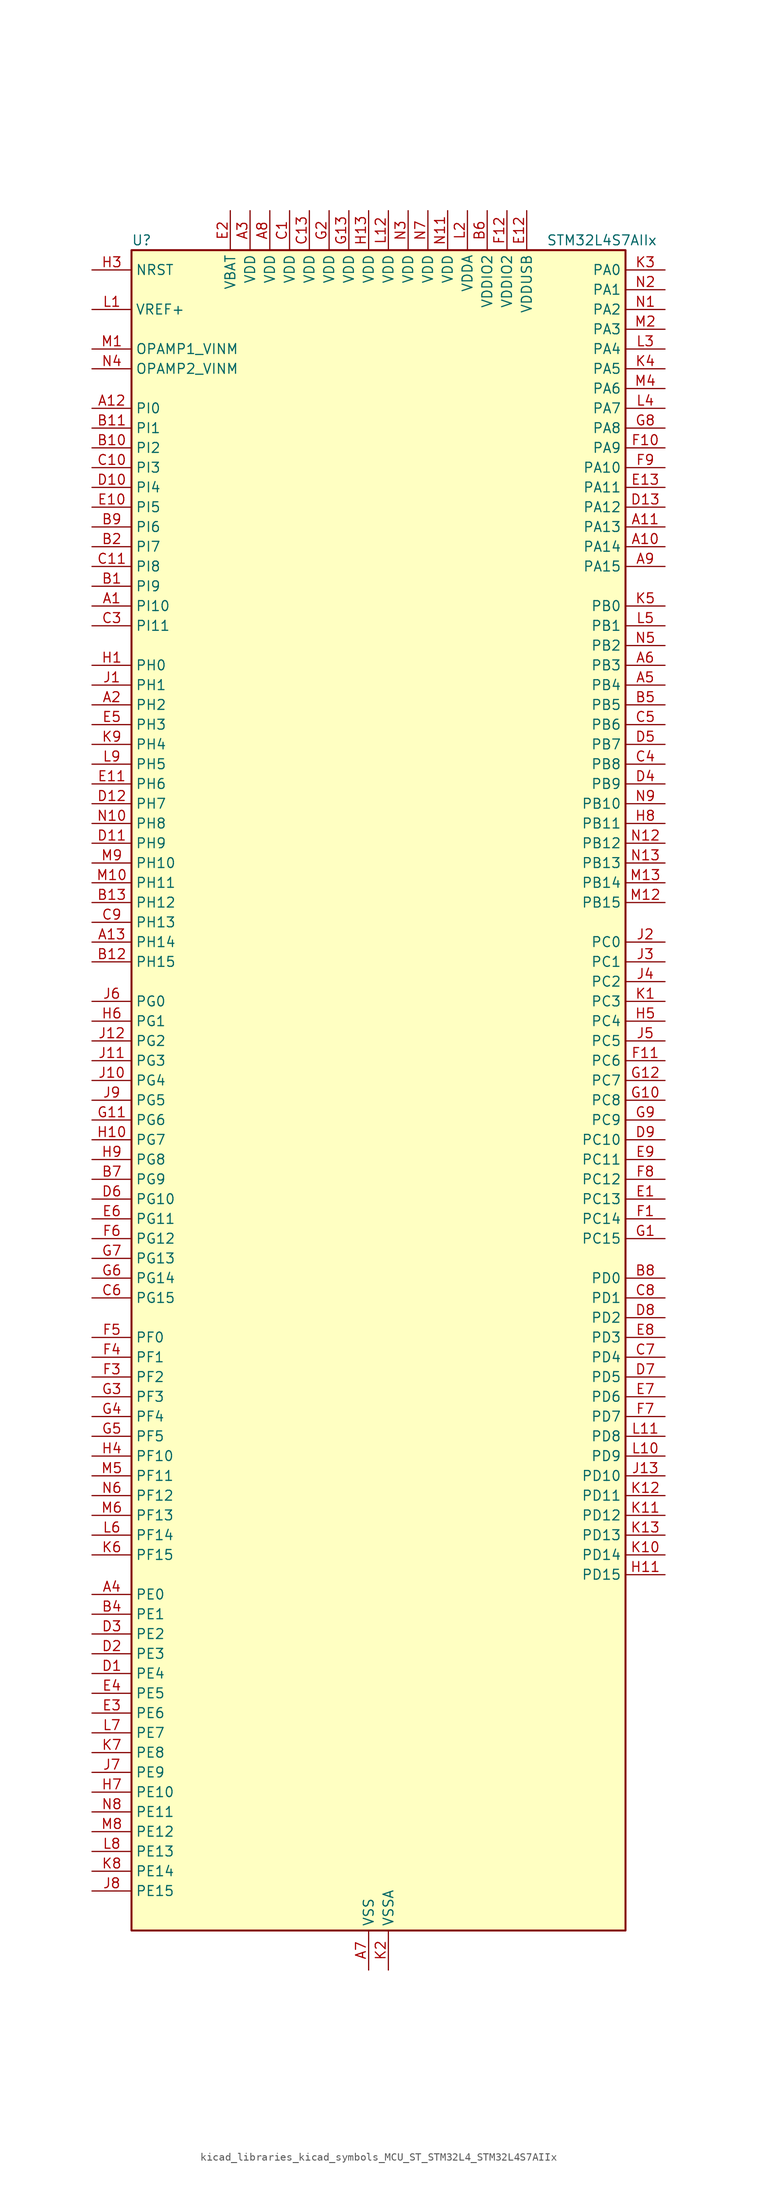
<source format=kicad_sym>
(kicad_symbol_lib
  (version 20220914)
  (generator kicad_symbol_editor)
  (symbol "kicad_libraries_kicad_symbols_MCU_ST_STM32L4_STM32L4S7AIIx"
    (property "Reference" "U"
      (at -30.48 110.49 0)
      (effects (font (size 1.27 1.27)) (justify left)))
    (property "Value" "STM32L4S7AIIx"
      (at 22.86 110.49 0)
      (effects (font (size 1.27 1.27)) (justify left)))
    (property "ki_locked" ""
      (at 0 0 0)
      (effects (font (size 1.27 1.27))))
    (symbol "kicad_libraries_kicad_symbols_MCU_ST_STM32L4_STM32L4S7AIIx_0_1"
      (rectangle (start -30.48 -106.68) (end 33.02 109.22) (stroke (width 0.254) (type default)) (fill (type background))))
    (symbol "kicad_libraries_kicad_symbols_MCU_ST_STM32L4_STM32L4S7AIIx_1_1"
      (pin bidirectional line (at -35.56 63.5 0) (length 5.08) (name "PI10" (effects (font (size 1.27 1.27)))) (number "A1" (effects (font (size 1.27 1.27)))) (alternate "OCTOSPIM_P2_IO1" bidirectional line))
      (pin bidirectional line (at 38.1 71.12 180) (length 5.08) (name "PA14" (effects (font (size 1.27 1.27)))) (number "A10" (effects (font (size 1.27 1.27)))) (alternate "I2C1_SMBA" bidirectional line) (alternate "I2C4_SMBA" bidirectional line) (alternate "LPTIM1_OUT" bidirectional line) (alternate "SAI1_FS_B" bidirectional line) (alternate "SYS_JTCK-SWCLK" bidirectional line) (alternate "USB_OTG_FS_SOF" bidirectional line))
      (pin bidirectional line (at 38.1 73.66 180) (length 5.08) (name "PA13" (effects (font (size 1.27 1.27)))) (number "A11" (effects (font (size 1.27 1.27)))) (alternate "IR_OUT" bidirectional line) (alternate "SAI1_SD_B" bidirectional line) (alternate "SYS_JTMS-SWDIO" bidirectional line) (alternate "USB_OTG_FS_NOE" bidirectional line))
      (pin bidirectional line (at -35.56 88.9 0) (length 5.08) (name "PI0" (effects (font (size 1.27 1.27)))) (number "A12" (effects (font (size 1.27 1.27)))) (alternate "DCMI_D13" bidirectional line) (alternate "OCTOSPIM_P1_IO5" bidirectional line) (alternate "SPI2_NSS" bidirectional line) (alternate "TIM5_CH4" bidirectional line))
      (pin bidirectional line (at -35.56 20.32 0) (length 5.08) (name "PH14" (effects (font (size 1.27 1.27)))) (number "A13" (effects (font (size 1.27 1.27)))) (alternate "DCMI_D4" bidirectional line) (alternate "TIM8_CH2N" bidirectional line))
      (pin bidirectional line (at -35.56 50.8 0) (length 5.08) (name "PH2" (effects (font (size 1.27 1.27)))) (number "A2" (effects (font (size 1.27 1.27)))) (alternate "OCTOSPIM_P1_IO4" bidirectional line))
      (pin power_in line (at -15.24 114.3 270) (length 5.08) (name "VDD" (effects (font (size 1.27 1.27)))) (number "A3" (effects (font (size 1.27 1.27)))))
      (pin bidirectional line (at -35.56 -63.5 0) (length 5.08) (name "PE0" (effects (font (size 1.27 1.27)))) (number "A4" (effects (font (size 1.27 1.27)))) (alternate "DCMI_D2" bidirectional line) (alternate "FMC_NBL0" bidirectional line) (alternate "LTDC_HSYNC" bidirectional line) (alternate "TIM16_CH1" bidirectional line) (alternate "TIM4_ETR" bidirectional line))
      (pin bidirectional line (at 38.1 53.34 180) (length 5.08) (name "PB4" (effects (font (size 1.27 1.27)))) (number "A5" (effects (font (size 1.27 1.27)))) (alternate "COMP2_INP" bidirectional line) (alternate "DCMI_D12" bidirectional line) (alternate "I2C3_SDA" bidirectional line) (alternate "SAI1_MCLK_B" bidirectional line) (alternate "SPI1_MISO" bidirectional line) (alternate "SPI3_MISO" bidirectional line) (alternate "SYS_JTRST" bidirectional line) (alternate "TIM17_BKIN" bidirectional line) (alternate "TIM3_CH1" bidirectional line) (alternate "TSC_G2_IO1" bidirectional line) (alternate "UART5_DE" bidirectional line) (alternate "UART5_RTS" bidirectional line) (alternate "USART1_CTS" bidirectional line) (alternate "USART1_NSS" bidirectional line))
      (pin bidirectional line (at 38.1 55.88 180) (length 5.08) (name "PB3" (effects (font (size 1.27 1.27)))) (number "A6" (effects (font (size 1.27 1.27)))) (alternate "COMP2_INM" bidirectional line) (alternate "CRS_SYNC" bidirectional line) (alternate "SAI1_SCK_B" bidirectional line) (alternate "SPI1_SCK" bidirectional line) (alternate "SPI3_SCK" bidirectional line) (alternate "SYS_JTDO-SWO" bidirectional line) (alternate "TIM2_CH2" bidirectional line) (alternate "USART1_DE" bidirectional line) (alternate "USART1_RTS" bidirectional line))
      (pin power_in line (at 0 -111.76 90) (length 5.08) (name "VSS" (effects (font (size 1.27 1.27)))) (number "A7" (effects (font (size 1.27 1.27)))))
      (pin power_in line (at -12.7 114.3 270) (length 5.08) (name "VDD" (effects (font (size 1.27 1.27)))) (number "A8" (effects (font (size 1.27 1.27)))))
      (pin bidirectional line (at 38.1 68.58 180) (length 5.08) (name "PA15" (effects (font (size 1.27 1.27)))) (number "A9" (effects (font (size 1.27 1.27)))) (alternate "ADC1_EXTI15" bidirectional line) (alternate "SAI2_FS_B" bidirectional line) (alternate "SPI1_NSS" bidirectional line) (alternate "SPI3_NSS" bidirectional line) (alternate "SYS_JTDI" bidirectional line) (alternate "TIM2_CH1" bidirectional line) (alternate "TIM2_ETR" bidirectional line) (alternate "TSC_G3_IO1" bidirectional line) (alternate "UART4_DE" bidirectional line) (alternate "UART4_RTS" bidirectional line) (alternate "USART2_RX" bidirectional line) (alternate "USART3_DE" bidirectional line) (alternate "USART3_RTS" bidirectional line))
      (pin bidirectional line (at -35.56 66.04 0) (length 5.08) (name "PI9" (effects (font (size 1.27 1.27)))) (number "B1" (effects (font (size 1.27 1.27)))) (alternate "CAN1_RX" bidirectional line) (alternate "DAC1_EXTI9" bidirectional line) (alternate "OCTOSPIM_P2_IO2" bidirectional line))
      (pin bidirectional line (at -35.56 83.82 0) (length 5.08) (name "PI2" (effects (font (size 1.27 1.27)))) (number "B10" (effects (font (size 1.27 1.27)))) (alternate "DCMI_D9" bidirectional line) (alternate "SPI2_MISO" bidirectional line) (alternate "TIM8_CH4" bidirectional line))
      (pin bidirectional line (at -35.56 86.36 0) (length 5.08) (name "PI1" (effects (font (size 1.27 1.27)))) (number "B11" (effects (font (size 1.27 1.27)))) (alternate "DCMI_D8" bidirectional line) (alternate "SPI2_SCK" bidirectional line))
      (pin bidirectional line (at -35.56 17.78 0) (length 5.08) (name "PH15" (effects (font (size 1.27 1.27)))) (number "B12" (effects (font (size 1.27 1.27)))) (alternate "ADC1_EXTI15" bidirectional line) (alternate "DCMI_D11" bidirectional line) (alternate "OCTOSPIM_P2_IO6" bidirectional line) (alternate "TIM8_CH3N" bidirectional line))
      (pin bidirectional line (at -35.56 25.4 0) (length 5.08) (name "PH12" (effects (font (size 1.27 1.27)))) (number "B13" (effects (font (size 1.27 1.27)))) (alternate "DCMI_D3" bidirectional line) (alternate "OCTOSPIM_P2_IO7" bidirectional line) (alternate "TIM5_CH3" bidirectional line))
      (pin bidirectional line (at -35.56 71.12 0) (length 5.08) (name "PI7" (effects (font (size 1.27 1.27)))) (number "B2" (effects (font (size 1.27 1.27)))) (alternate "DCMI_D7" bidirectional line) (alternate "TIM8_CH3" bidirectional line))
      (pin passive line (at 0 -111.76 90) (length 5.08) hide (name "VSS" (effects (font (size 1.27 1.27)))) (number "B3" (effects (font (size 1.27 1.27)))))
      (pin bidirectional line (at -35.56 -66.04 0) (length 5.08) (name "PE1" (effects (font (size 1.27 1.27)))) (number "B4" (effects (font (size 1.27 1.27)))) (alternate "DCMI_D3" bidirectional line) (alternate "FMC_NBL1" bidirectional line) (alternate "LTDC_VSYNC" bidirectional line) (alternate "TIM17_CH1" bidirectional line))
      (pin bidirectional line (at 38.1 50.8 180) (length 5.08) (name "PB5" (effects (font (size 1.27 1.27)))) (number "B5" (effects (font (size 1.27 1.27)))) (alternate "COMP2_OUT" bidirectional line) (alternate "DCMI_D10" bidirectional line) (alternate "I2C1_SMBA" bidirectional line) (alternate "LPTIM1_IN1" bidirectional line) (alternate "SAI1_SD_B" bidirectional line) (alternate "SPI1_MOSI" bidirectional line) (alternate "SPI3_MOSI" bidirectional line) (alternate "TIM16_BKIN" bidirectional line) (alternate "TIM3_CH2" bidirectional line) (alternate "TSC_G2_IO2" bidirectional line) (alternate "UART5_CTS" bidirectional line) (alternate "USART1_CK" bidirectional line))
      (pin power_in line (at 15.24 114.3 270) (length 5.08) (name "VDDIO2" (effects (font (size 1.27 1.27)))) (number "B6" (effects (font (size 1.27 1.27)))))
      (pin bidirectional line (at -35.56 -10.16 0) (length 5.08) (name "PG9" (effects (font (size 1.27 1.27)))) (number "B7" (effects (font (size 1.27 1.27)))) (alternate "DAC1_EXTI9" bidirectional line) (alternate "FMC_NCE" bidirectional line) (alternate "FMC_NE2" bidirectional line) (alternate "OCTOSPIM_P2_IO6" bidirectional line) (alternate "SAI2_SCK_A" bidirectional line) (alternate "SPI3_SCK" bidirectional line) (alternate "TIM15_CH1N" bidirectional line) (alternate "USART1_TX" bidirectional line))
      (pin bidirectional line (at 38.1 -22.86 180) (length 5.08) (name "PD0" (effects (font (size 1.27 1.27)))) (number "B8" (effects (font (size 1.27 1.27)))) (alternate "CAN1_RX" bidirectional line) (alternate "DFSDM1_DATIN7" bidirectional line) (alternate "FMC_D2" bidirectional line) (alternate "FMC_DA2" bidirectional line) (alternate "LTDC_B4" bidirectional line) (alternate "SPI2_NSS" bidirectional line))
      (pin bidirectional line (at -35.56 73.66 0) (length 5.08) (name "PI6" (effects (font (size 1.27 1.27)))) (number "B9" (effects (font (size 1.27 1.27)))) (alternate "DCMI_D6" bidirectional line) (alternate "OCTOSPIM_P2_CLK" bidirectional line) (alternate "TIM8_CH2" bidirectional line))
      (pin power_in line (at -10.16 114.3 270) (length 5.08) (name "VDD" (effects (font (size 1.27 1.27)))) (number "C1" (effects (font (size 1.27 1.27)))))
      (pin bidirectional line (at -35.56 81.28 0) (length 5.08) (name "PI3" (effects (font (size 1.27 1.27)))) (number "C10" (effects (font (size 1.27 1.27)))) (alternate "DCMI_D10" bidirectional line) (alternate "SPI2_MOSI" bidirectional line) (alternate "TIM8_ETR" bidirectional line))
      (pin bidirectional line (at -35.56 68.58 0) (length 5.08) (name "PI8" (effects (font (size 1.27 1.27)))) (number "C11" (effects (font (size 1.27 1.27)))) (alternate "DCMI_D12" bidirectional line) (alternate "OCTOSPIM_P2_NCS" bidirectional line))
      (pin passive line (at 0 -111.76 90) (length 5.08) hide (name "VSS" (effects (font (size 1.27 1.27)))) (number "C12" (effects (font (size 1.27 1.27)))))
      (pin power_in line (at -7.62 114.3 270) (length 5.08) (name "VDD" (effects (font (size 1.27 1.27)))) (number "C13" (effects (font (size 1.27 1.27)))))
      (pin passive line (at 0 -111.76 90) (length 5.08) hide (name "VSS" (effects (font (size 1.27 1.27)))) (number "C2" (effects (font (size 1.27 1.27)))))
      (pin bidirectional line (at -35.56 60.96 0) (length 5.08) (name "PI11" (effects (font (size 1.27 1.27)))) (number "C3" (effects (font (size 1.27 1.27)))) (alternate "ADC1_EXTI11" bidirectional line) (alternate "OCTOSPIM_P2_IO0" bidirectional line))
      (pin bidirectional line (at 38.1 43.18 180) (length 5.08) (name "PB8" (effects (font (size 1.27 1.27)))) (number "C4" (effects (font (size 1.27 1.27)))) (alternate "CAN1_RX" bidirectional line) (alternate "DCMI_D6" bidirectional line) (alternate "DFSDM1_CKOUT" bidirectional line) (alternate "DFSDM1_DATIN6" bidirectional line) (alternate "I2C1_SCL" bidirectional line) (alternate "LTDC_B1" bidirectional line) (alternate "SAI1_CK1" bidirectional line) (alternate "SAI1_MCLK_A" bidirectional line) (alternate "SDMMC1_CKIN" bidirectional line) (alternate "SDMMC1_D4" bidirectional line) (alternate "TIM16_CH1" bidirectional line) (alternate "TIM4_CH3" bidirectional line))
      (pin bidirectional line (at 38.1 48.26 180) (length 5.08) (name "PB6" (effects (font (size 1.27 1.27)))) (number "C5" (effects (font (size 1.27 1.27)))) (alternate "COMP2_INP" bidirectional line) (alternate "DCMI_D5" bidirectional line) (alternate "DFSDM1_DATIN5" bidirectional line) (alternate "I2C1_SCL" bidirectional line) (alternate "I2C4_SCL" bidirectional line) (alternate "LPTIM1_ETR" bidirectional line) (alternate "SAI1_FS_B" bidirectional line) (alternate "TIM16_CH1N" bidirectional line) (alternate "TIM4_CH1" bidirectional line) (alternate "TIM8_BKIN2" bidirectional line) (alternate "TSC_G2_IO3" bidirectional line) (alternate "USART1_TX" bidirectional line))
      (pin bidirectional line (at -35.56 -25.4 0) (length 5.08) (name "PG15" (effects (font (size 1.27 1.27)))) (number "C6" (effects (font (size 1.27 1.27)))) (alternate "ADC1_EXTI15" bidirectional line) (alternate "DCMI_D13" bidirectional line) (alternate "I2C1_SMBA" bidirectional line) (alternate "LPTIM1_OUT" bidirectional line) (alternate "OCTOSPIM_P2_DQS" bidirectional line))
      (pin bidirectional line (at 38.1 -33.02 180) (length 5.08) (name "PD4" (effects (font (size 1.27 1.27)))) (number "C7" (effects (font (size 1.27 1.27)))) (alternate "DFSDM1_CKIN0" bidirectional line) (alternate "FMC_NOE" bidirectional line) (alternate "OCTOSPIM_P1_IO4" bidirectional line) (alternate "SPI2_MOSI" bidirectional line) (alternate "USART2_DE" bidirectional line) (alternate "USART2_RTS" bidirectional line))
      (pin bidirectional line (at 38.1 -25.4 180) (length 5.08) (name "PD1" (effects (font (size 1.27 1.27)))) (number "C8" (effects (font (size 1.27 1.27)))) (alternate "CAN1_TX" bidirectional line) (alternate "DFSDM1_CKIN7" bidirectional line) (alternate "FMC_D3" bidirectional line) (alternate "FMC_DA3" bidirectional line) (alternate "LTDC_B5" bidirectional line) (alternate "SPI2_SCK" bidirectional line))
      (pin bidirectional line (at -35.56 22.86 0) (length 5.08) (name "PH13" (effects (font (size 1.27 1.27)))) (number "C9" (effects (font (size 1.27 1.27)))) (alternate "CAN1_TX" bidirectional line) (alternate "TIM8_CH1N" bidirectional line))
      (pin bidirectional line (at -35.56 -73.66 0) (length 5.08) (name "PE4" (effects (font (size 1.27 1.27)))) (number "D1" (effects (font (size 1.27 1.27)))) (alternate "DCMI_D4" bidirectional line) (alternate "DFSDM1_DATIN3" bidirectional line) (alternate "FMC_A20" bidirectional line) (alternate "LTDC_B0" bidirectional line) (alternate "SAI1_D2" bidirectional line) (alternate "SAI1_FS_A" bidirectional line) (alternate "SYS_TRACED1" bidirectional line) (alternate "TIM3_CH2" bidirectional line) (alternate "TSC_G7_IO3" bidirectional line))
      (pin bidirectional line (at -35.56 78.74 0) (length 5.08) (name "PI4" (effects (font (size 1.27 1.27)))) (number "D10" (effects (font (size 1.27 1.27)))) (alternate "DCMI_D5" bidirectional line) (alternate "TIM8_BKIN" bidirectional line))
      (pin bidirectional line (at -35.56 33.02 0) (length 5.08) (name "PH9" (effects (font (size 1.27 1.27)))) (number "D11" (effects (font (size 1.27 1.27)))) (alternate "DAC1_EXTI9" bidirectional line) (alternate "DCMI_D0" bidirectional line) (alternate "I2C3_SMBA" bidirectional line) (alternate "OCTOSPIM_P2_IO4" bidirectional line))
      (pin bidirectional line (at -35.56 38.1 0) (length 5.08) (name "PH7" (effects (font (size 1.27 1.27)))) (number "D12" (effects (font (size 1.27 1.27)))) (alternate "DCMI_D9" bidirectional line) (alternate "I2C3_SCL" bidirectional line))
      (pin bidirectional line (at 38.1 76.2 180) (length 5.08) (name "PA12" (effects (font (size 1.27 1.27)))) (number "D13" (effects (font (size 1.27 1.27)))) (alternate "CAN1_TX" bidirectional line) (alternate "SPI1_MOSI" bidirectional line) (alternate "TIM1_ETR" bidirectional line) (alternate "USART1_DE" bidirectional line) (alternate "USART1_RTS" bidirectional line) (alternate "USB_OTG_FS_DP" bidirectional line))
      (pin bidirectional line (at -35.56 -71.12 0) (length 5.08) (name "PE3" (effects (font (size 1.27 1.27)))) (number "D2" (effects (font (size 1.27 1.27)))) (alternate "FMC_A19" bidirectional line) (alternate "LTDC_R1" bidirectional line) (alternate "OCTOSPIM_P1_DQS" bidirectional line) (alternate "SAI1_SD_B" bidirectional line) (alternate "SYS_TRACED0" bidirectional line) (alternate "TIM3_CH1" bidirectional line) (alternate "TSC_G7_IO2" bidirectional line))
      (pin bidirectional line (at -35.56 -68.58 0) (length 5.08) (name "PE2" (effects (font (size 1.27 1.27)))) (number "D3" (effects (font (size 1.27 1.27)))) (alternate "FMC_A23" bidirectional line) (alternate "LTDC_R0" bidirectional line) (alternate "SAI1_CK1" bidirectional line) (alternate "SAI1_MCLK_A" bidirectional line) (alternate "SYS_TRACECLK" bidirectional line) (alternate "TIM3_ETR" bidirectional line) (alternate "TSC_G7_IO1" bidirectional line))
      (pin bidirectional line (at 38.1 40.64 180) (length 5.08) (name "PB9" (effects (font (size 1.27 1.27)))) (number "D4" (effects (font (size 1.27 1.27)))) (alternate "CAN1_TX" bidirectional line) (alternate "DAC1_EXTI9" bidirectional line) (alternate "DCMI_D7" bidirectional line) (alternate "DFSDM1_CKIN6" bidirectional line) (alternate "I2C1_SDA" bidirectional line) (alternate "IR_OUT" bidirectional line) (alternate "SAI1_D2" bidirectional line) (alternate "SAI1_FS_A" bidirectional line) (alternate "SDMMC1_CDIR" bidirectional line) (alternate "SDMMC1_D5" bidirectional line) (alternate "SPI2_NSS" bidirectional line) (alternate "TIM17_CH1" bidirectional line) (alternate "TIM4_CH4" bidirectional line))
      (pin bidirectional line (at 38.1 45.72 180) (length 5.08) (name "PB7" (effects (font (size 1.27 1.27)))) (number "D5" (effects (font (size 1.27 1.27)))) (alternate "COMP2_INM" bidirectional line) (alternate "DCMI_VSYNC" bidirectional line) (alternate "DFSDM1_CKIN5" bidirectional line) (alternate "FMC_NL" bidirectional line) (alternate "I2C1_SDA" bidirectional line) (alternate "I2C4_SDA" bidirectional line) (alternate "LPTIM1_IN2" bidirectional line) (alternate "SYS_PVD_IN" bidirectional line) (alternate "TIM17_CH1N" bidirectional line) (alternate "TIM4_CH2" bidirectional line) (alternate "TIM8_BKIN" bidirectional line) (alternate "TSC_G2_IO4" bidirectional line) (alternate "UART4_CTS" bidirectional line) (alternate "USART1_RX" bidirectional line))
      (pin bidirectional line (at -35.56 -12.7 0) (length 5.08) (name "PG10" (effects (font (size 1.27 1.27)))) (number "D6" (effects (font (size 1.27 1.27)))) (alternate "FMC_NE3" bidirectional line) (alternate "LPTIM1_IN1" bidirectional line) (alternate "OCTOSPIM_P2_IO7" bidirectional line) (alternate "SAI2_FS_A" bidirectional line) (alternate "SPI3_MISO" bidirectional line) (alternate "TIM15_CH1" bidirectional line) (alternate "USART1_RX" bidirectional line))
      (pin bidirectional line (at 38.1 -35.56 180) (length 5.08) (name "PD5" (effects (font (size 1.27 1.27)))) (number "D7" (effects (font (size 1.27 1.27)))) (alternate "FMC_NWE" bidirectional line) (alternate "OCTOSPIM_P1_IO5" bidirectional line) (alternate "USART2_TX" bidirectional line))
      (pin bidirectional line (at 38.1 -27.94 180) (length 5.08) (name "PD2" (effects (font (size 1.27 1.27)))) (number "D8" (effects (font (size 1.27 1.27)))) (alternate "DCMI_D11" bidirectional line) (alternate "SDMMC1_CMD" bidirectional line) (alternate "SYS_TRACED2" bidirectional line) (alternate "TIM3_ETR" bidirectional line) (alternate "TSC_SYNC" bidirectional line) (alternate "UART5_RX" bidirectional line) (alternate "USART3_DE" bidirectional line) (alternate "USART3_RTS" bidirectional line))
      (pin bidirectional line (at 38.1 -5.08 180) (length 5.08) (name "PC10" (effects (font (size 1.27 1.27)))) (number "D9" (effects (font (size 1.27 1.27)))) (alternate "DCMI_D8" bidirectional line) (alternate "SAI2_SCK_B" bidirectional line) (alternate "SDMMC1_D2" bidirectional line) (alternate "SPI3_SCK" bidirectional line) (alternate "SYS_TRACED1" bidirectional line) (alternate "TSC_G3_IO2" bidirectional line) (alternate "UART4_TX" bidirectional line) (alternate "USART3_TX" bidirectional line))
      (pin bidirectional line (at 38.1 -12.7 180) (length 5.08) (name "PC13" (effects (font (size 1.27 1.27)))) (number "E1" (effects (font (size 1.27 1.27)))) (alternate "RTC_OUT_ALARM" bidirectional line) (alternate "RTC_OUT_CALIB" bidirectional line) (alternate "RTC_TAMP1" bidirectional line) (alternate "RTC_TS" bidirectional line) (alternate "SYS_WKUP2" bidirectional line))
      (pin bidirectional line (at -35.56 76.2 0) (length 5.08) (name "PI5" (effects (font (size 1.27 1.27)))) (number "E10" (effects (font (size 1.27 1.27)))) (alternate "DCMI_VSYNC" bidirectional line) (alternate "OCTOSPIM_P2_NCS" bidirectional line) (alternate "TIM8_CH1" bidirectional line))
      (pin bidirectional line (at -35.56 40.64 0) (length 5.08) (name "PH6" (effects (font (size 1.27 1.27)))) (number "E11" (effects (font (size 1.27 1.27)))) (alternate "DCMI_D8" bidirectional line) (alternate "I2C2_SMBA" bidirectional line) (alternate "OCTOSPIM_P2_CLK" bidirectional line))
      (pin power_in line (at 20.32 114.3 270) (length 5.08) (name "VDDUSB" (effects (font (size 1.27 1.27)))) (number "E12" (effects (font (size 1.27 1.27)))))
      (pin bidirectional line (at 38.1 78.74 180) (length 5.08) (name "PA11" (effects (font (size 1.27 1.27)))) (number "E13" (effects (font (size 1.27 1.27)))) (alternate "ADC1_EXTI11" bidirectional line) (alternate "CAN1_RX" bidirectional line) (alternate "SPI1_MISO" bidirectional line) (alternate "TIM1_BKIN2" bidirectional line) (alternate "TIM1_CH4" bidirectional line) (alternate "USART1_CTS" bidirectional line) (alternate "USART1_NSS" bidirectional line) (alternate "USB_OTG_FS_DM" bidirectional line))
      (pin power_in line (at -17.78 114.3 270) (length 5.08) (name "VBAT" (effects (font (size 1.27 1.27)))) (number "E2" (effects (font (size 1.27 1.27)))))
      (pin bidirectional line (at -35.56 -78.74 0) (length 5.08) (name "PE6" (effects (font (size 1.27 1.27)))) (number "E3" (effects (font (size 1.27 1.27)))) (alternate "DCMI_D7" bidirectional line) (alternate "FMC_A22" bidirectional line) (alternate "LTDC_G1" bidirectional line) (alternate "RTC_TAMP3" bidirectional line) (alternate "SAI1_D1" bidirectional line) (alternate "SAI1_SD_A" bidirectional line) (alternate "SYS_TRACED3" bidirectional line) (alternate "SYS_WKUP3" bidirectional line) (alternate "TIM3_CH4" bidirectional line))
      (pin bidirectional line (at -35.56 -76.2 0) (length 5.08) (name "PE5" (effects (font (size 1.27 1.27)))) (number "E4" (effects (font (size 1.27 1.27)))) (alternate "DCMI_D6" bidirectional line) (alternate "DFSDM1_CKIN3" bidirectional line) (alternate "FMC_A21" bidirectional line) (alternate "LTDC_G0" bidirectional line) (alternate "SAI1_CK2" bidirectional line) (alternate "SAI1_SCK_A" bidirectional line) (alternate "SYS_TRACED2" bidirectional line) (alternate "TIM3_CH3" bidirectional line) (alternate "TSC_G7_IO4" bidirectional line))
      (pin bidirectional line (at -35.56 48.26 0) (length 5.08) (name "PH3" (effects (font (size 1.27 1.27)))) (number "E5" (effects (font (size 1.27 1.27)))))
      (pin bidirectional line (at -35.56 -15.24 0) (length 5.08) (name "PG11" (effects (font (size 1.27 1.27)))) (number "E6" (effects (font (size 1.27 1.27)))) (alternate "ADC1_EXTI11" bidirectional line) (alternate "LPTIM1_IN2" bidirectional line) (alternate "OCTOSPIM_P1_IO5" bidirectional line) (alternate "SAI2_MCLK_A" bidirectional line) (alternate "SPI3_MOSI" bidirectional line) (alternate "TIM15_CH2" bidirectional line) (alternate "USART1_CTS" bidirectional line) (alternate "USART1_NSS" bidirectional line))
      (pin bidirectional line (at 38.1 -38.1 180) (length 5.08) (name "PD6" (effects (font (size 1.27 1.27)))) (number "E7" (effects (font (size 1.27 1.27)))) (alternate "DCMI_D10" bidirectional line) (alternate "DFSDM1_DATIN1" bidirectional line) (alternate "FMC_NWAIT" bidirectional line) (alternate "LTDC_DE" bidirectional line) (alternate "OCTOSPIM_P1_IO6" bidirectional line) (alternate "SAI1_D1" bidirectional line) (alternate "SAI1_SD_A" bidirectional line) (alternate "SPI3_MOSI" bidirectional line) (alternate "USART2_RX" bidirectional line))
      (pin bidirectional line (at 38.1 -30.48 180) (length 5.08) (name "PD3" (effects (font (size 1.27 1.27)))) (number "E8" (effects (font (size 1.27 1.27)))) (alternate "DCMI_D5" bidirectional line) (alternate "DFSDM1_DATIN0" bidirectional line) (alternate "FMC_CLK" bidirectional line) (alternate "LTDC_CLK" bidirectional line) (alternate "OCTOSPIM_P2_NCS" bidirectional line) (alternate "SPI2_MISO" bidirectional line) (alternate "SPI2_SCK" bidirectional line) (alternate "USART2_CTS" bidirectional line) (alternate "USART2_NSS" bidirectional line))
      (pin bidirectional line (at 38.1 -7.62 180) (length 5.08) (name "PC11" (effects (font (size 1.27 1.27)))) (number "E9" (effects (font (size 1.27 1.27)))) (alternate "ADC1_EXTI11" bidirectional line) (alternate "DCMI_D2" bidirectional line) (alternate "DCMI_D4" bidirectional line) (alternate "OCTOSPIM_P1_NCS" bidirectional line) (alternate "SAI2_MCLK_B" bidirectional line) (alternate "SDMMC1_D3" bidirectional line) (alternate "SPI3_MISO" bidirectional line) (alternate "TSC_G3_IO3" bidirectional line) (alternate "UART4_RX" bidirectional line) (alternate "USART3_RX" bidirectional line))
      (pin bidirectional line (at 38.1 -15.24 180) (length 5.08) (name "PC14" (effects (font (size 1.27 1.27)))) (number "F1" (effects (font (size 1.27 1.27)))) (alternate "RCC_OSC32_IN" bidirectional line))
      (pin bidirectional line (at 38.1 83.82 180) (length 5.08) (name "PA9" (effects (font (size 1.27 1.27)))) (number "F10" (effects (font (size 1.27 1.27)))) (alternate "DAC1_EXTI9" bidirectional line) (alternate "DCMI_D0" bidirectional line) (alternate "SAI1_FS_A" bidirectional line) (alternate "SPI2_SCK" bidirectional line) (alternate "TIM15_BKIN" bidirectional line) (alternate "TIM1_CH2" bidirectional line) (alternate "USART1_TX" bidirectional line) (alternate "USB_OTG_FS_VBUS" bidirectional line))
      (pin bidirectional line (at 38.1 5.08 180) (length 5.08) (name "PC6" (effects (font (size 1.27 1.27)))) (number "F11" (effects (font (size 1.27 1.27)))) (alternate "DCMI_D0" bidirectional line) (alternate "DFSDM1_CKIN3" bidirectional line) (alternate "LTDC_R0" bidirectional line) (alternate "SAI2_MCLK_A" bidirectional line) (alternate "SDMMC1_D0DIR" bidirectional line) (alternate "SDMMC1_D6" bidirectional line) (alternate "TIM3_CH1" bidirectional line) (alternate "TIM8_CH1" bidirectional line) (alternate "TSC_G4_IO1" bidirectional line))
      (pin power_in line (at 17.78 114.3 270) (length 5.08) (name "VDDIO2" (effects (font (size 1.27 1.27)))) (number "F12" (effects (font (size 1.27 1.27)))))
      (pin passive line (at 0 -111.76 90) (length 5.08) hide (name "VSS" (effects (font (size 1.27 1.27)))) (number "F13" (effects (font (size 1.27 1.27)))))
      (pin passive line (at 0 -111.76 90) (length 5.08) hide (name "VSS" (effects (font (size 1.27 1.27)))) (number "F2" (effects (font (size 1.27 1.27)))))
      (pin bidirectional line (at -35.56 -35.56 0) (length 5.08) (name "PF2" (effects (font (size 1.27 1.27)))) (number "F3" (effects (font (size 1.27 1.27)))) (alternate "FMC_A2" bidirectional line) (alternate "I2C2_SMBA" bidirectional line) (alternate "OCTOSPIM_P2_IO2" bidirectional line))
      (pin bidirectional line (at -35.56 -33.02 0) (length 5.08) (name "PF1" (effects (font (size 1.27 1.27)))) (number "F4" (effects (font (size 1.27 1.27)))) (alternate "FMC_A1" bidirectional line) (alternate "I2C2_SCL" bidirectional line) (alternate "OCTOSPIM_P2_IO1" bidirectional line))
      (pin bidirectional line (at -35.56 -30.48 0) (length 5.08) (name "PF0" (effects (font (size 1.27 1.27)))) (number "F5" (effects (font (size 1.27 1.27)))) (alternate "FMC_A0" bidirectional line) (alternate "I2C2_SDA" bidirectional line) (alternate "OCTOSPIM_P2_IO0" bidirectional line))
      (pin bidirectional line (at -35.56 -17.78 0) (length 5.08) (name "PG12" (effects (font (size 1.27 1.27)))) (number "F6" (effects (font (size 1.27 1.27)))) (alternate "FMC_NE4" bidirectional line) (alternate "LPTIM1_ETR" bidirectional line) (alternate "OCTOSPIM_P2_NCS" bidirectional line) (alternate "SAI2_SD_A" bidirectional line) (alternate "SPI3_NSS" bidirectional line) (alternate "USART1_DE" bidirectional line) (alternate "USART1_RTS" bidirectional line))
      (pin bidirectional line (at 38.1 -40.64 180) (length 5.08) (name "PD7" (effects (font (size 1.27 1.27)))) (number "F7" (effects (font (size 1.27 1.27)))) (alternate "DFSDM1_CKIN1" bidirectional line) (alternate "FMC_NCE" bidirectional line) (alternate "FMC_NE1" bidirectional line) (alternate "OCTOSPIM_P1_IO7" bidirectional line) (alternate "USART2_CK" bidirectional line))
      (pin bidirectional line (at 38.1 -10.16 180) (length 5.08) (name "PC12" (effects (font (size 1.27 1.27)))) (number "F8" (effects (font (size 1.27 1.27)))) (alternate "DCMI_D9" bidirectional line) (alternate "SAI2_SD_B" bidirectional line) (alternate "SDMMC1_CK" bidirectional line) (alternate "SPI3_MOSI" bidirectional line) (alternate "SYS_TRACED3" bidirectional line) (alternate "TSC_G3_IO4" bidirectional line) (alternate "UART5_TX" bidirectional line) (alternate "USART3_CK" bidirectional line))
      (pin bidirectional line (at 38.1 81.28 180) (length 5.08) (name "PA10" (effects (font (size 1.27 1.27)))) (number "F9" (effects (font (size 1.27 1.27)))) (alternate "DCMI_D1" bidirectional line) (alternate "SAI1_D1" bidirectional line) (alternate "SAI1_SD_A" bidirectional line) (alternate "TIM17_BKIN" bidirectional line) (alternate "TIM1_CH3" bidirectional line) (alternate "USART1_RX" bidirectional line) (alternate "USB_OTG_FS_ID" bidirectional line))
      (pin bidirectional line (at 38.1 -17.78 180) (length 5.08) (name "PC15" (effects (font (size 1.27 1.27)))) (number "G1" (effects (font (size 1.27 1.27)))) (alternate "ADC1_EXTI15" bidirectional line) (alternate "RCC_OSC32_OUT" bidirectional line))
      (pin bidirectional line (at 38.1 0 180) (length 5.08) (name "PC8" (effects (font (size 1.27 1.27)))) (number "G10" (effects (font (size 1.27 1.27)))) (alternate "DCMI_D2" bidirectional line) (alternate "SDMMC1_D0" bidirectional line) (alternate "TIM3_CH3" bidirectional line) (alternate "TIM8_CH3" bidirectional line) (alternate "TSC_G4_IO3" bidirectional line))
      (pin bidirectional line (at -35.56 -2.54 0) (length 5.08) (name "PG6" (effects (font (size 1.27 1.27)))) (number "G11" (effects (font (size 1.27 1.27)))) (alternate "I2C3_SMBA" bidirectional line) (alternate "LPUART1_DE" bidirectional line) (alternate "LPUART1_RTS" bidirectional line) (alternate "LTDC_R1" bidirectional line) (alternate "OCTOSPIM_P1_DQS" bidirectional line))
      (pin bidirectional line (at 38.1 2.54 180) (length 5.08) (name "PC7" (effects (font (size 1.27 1.27)))) (number "G12" (effects (font (size 1.27 1.27)))) (alternate "DCMI_D1" bidirectional line) (alternate "DFSDM1_DATIN3" bidirectional line) (alternate "LTDC_R1" bidirectional line) (alternate "SAI2_MCLK_B" bidirectional line) (alternate "SDMMC1_D123DIR" bidirectional line) (alternate "SDMMC1_D7" bidirectional line) (alternate "TIM3_CH2" bidirectional line) (alternate "TIM8_CH2" bidirectional line) (alternate "TSC_G4_IO2" bidirectional line))
      (pin power_in line (at -2.54 114.3 270) (length 5.08) (name "VDD" (effects (font (size 1.27 1.27)))) (number "G13" (effects (font (size 1.27 1.27)))))
      (pin power_in line (at -5.08 114.3 270) (length 5.08) (name "VDD" (effects (font (size 1.27 1.27)))) (number "G2" (effects (font (size 1.27 1.27)))))
      (pin bidirectional line (at -35.56 -38.1 0) (length 5.08) (name "PF3" (effects (font (size 1.27 1.27)))) (number "G3" (effects (font (size 1.27 1.27)))) (alternate "FMC_A3" bidirectional line) (alternate "OCTOSPIM_P2_IO3" bidirectional line))
      (pin bidirectional line (at -35.56 -40.64 0) (length 5.08) (name "PF4" (effects (font (size 1.27 1.27)))) (number "G4" (effects (font (size 1.27 1.27)))) (alternate "FMC_A4" bidirectional line) (alternate "OCTOSPIM_P2_CLK" bidirectional line))
      (pin bidirectional line (at -35.56 -43.18 0) (length 5.08) (name "PF5" (effects (font (size 1.27 1.27)))) (number "G5" (effects (font (size 1.27 1.27)))) (alternate "FMC_A5" bidirectional line))
      (pin bidirectional line (at -35.56 -22.86 0) (length 5.08) (name "PG14" (effects (font (size 1.27 1.27)))) (number "G6" (effects (font (size 1.27 1.27)))) (alternate "FMC_A25" bidirectional line) (alternate "I2C1_SCL" bidirectional line) (alternate "LTDC_R1" bidirectional line))
      (pin bidirectional line (at -35.56 -20.32 0) (length 5.08) (name "PG13" (effects (font (size 1.27 1.27)))) (number "G7" (effects (font (size 1.27 1.27)))) (alternate "FMC_A24" bidirectional line) (alternate "I2C1_SDA" bidirectional line) (alternate "LTDC_R0" bidirectional line) (alternate "USART1_CK" bidirectional line))
      (pin bidirectional line (at 38.1 86.36 180) (length 5.08) (name "PA8" (effects (font (size 1.27 1.27)))) (number "G8" (effects (font (size 1.27 1.27)))) (alternate "LPTIM2_OUT" bidirectional line) (alternate "RCC_MCO" bidirectional line) (alternate "SAI1_CK2" bidirectional line) (alternate "SAI1_SCK_A" bidirectional line) (alternate "TIM1_CH1" bidirectional line) (alternate "USART1_CK" bidirectional line) (alternate "USB_OTG_FS_SOF" bidirectional line))
      (pin bidirectional line (at 38.1 -2.54 180) (length 5.08) (name "PC9" (effects (font (size 1.27 1.27)))) (number "G9" (effects (font (size 1.27 1.27)))) (alternate "DAC1_EXTI9" bidirectional line) (alternate "DCMI_D3" bidirectional line) (alternate "I2C3_SDA" bidirectional line) (alternate "SAI2_EXTCLK" bidirectional line) (alternate "SDMMC1_D1" bidirectional line) (alternate "SYS_TRACED0" bidirectional line) (alternate "TIM3_CH4" bidirectional line) (alternate "TIM8_BKIN2" bidirectional line) (alternate "TIM8_CH4" bidirectional line) (alternate "TSC_G4_IO4" bidirectional line) (alternate "USB_OTG_FS_NOE" bidirectional line))
      (pin bidirectional line (at -35.56 55.88 0) (length 5.08) (name "PH0" (effects (font (size 1.27 1.27)))) (number "H1" (effects (font (size 1.27 1.27)))) (alternate "RCC_OSC_IN" bidirectional line))
      (pin bidirectional line (at -35.56 -5.08 0) (length 5.08) (name "PG7" (effects (font (size 1.27 1.27)))) (number "H10" (effects (font (size 1.27 1.27)))) (alternate "DFSDM1_CKOUT" bidirectional line) (alternate "FMC_INT" bidirectional line) (alternate "I2C3_SCL" bidirectional line) (alternate "LPUART1_TX" bidirectional line) (alternate "OCTOSPIM_P2_DQS" bidirectional line) (alternate "SAI1_CK1" bidirectional line) (alternate "SAI1_MCLK_A" bidirectional line))
      (pin bidirectional line (at 38.1 -60.96 180) (length 5.08) (name "PD15" (effects (font (size 1.27 1.27)))) (number "H11" (effects (font (size 1.27 1.27)))) (alternate "ADC1_EXTI15" bidirectional line) (alternate "FMC_D1" bidirectional line) (alternate "FMC_DA1" bidirectional line) (alternate "LTDC_B3" bidirectional line) (alternate "TIM4_CH4" bidirectional line))
      (pin passive line (at 0 -111.76 90) (length 5.08) hide (name "VSS" (effects (font (size 1.27 1.27)))) (number "H12" (effects (font (size 1.27 1.27)))))
      (pin power_in line (at 0 114.3 270) (length 5.08) (name "VDD" (effects (font (size 1.27 1.27)))) (number "H13" (effects (font (size 1.27 1.27)))))
      (pin passive line (at 0 -111.76 90) (length 5.08) hide (name "VSS" (effects (font (size 1.27 1.27)))) (number "H2" (effects (font (size 1.27 1.27)))))
      (pin input line (at -35.56 106.68 0) (length 5.08) (name "NRST" (effects (font (size 1.27 1.27)))) (number "H3" (effects (font (size 1.27 1.27)))))
      (pin bidirectional line (at -35.56 -45.72 0) (length 5.08) (name "PF10" (effects (font (size 1.27 1.27)))) (number "H4" (effects (font (size 1.27 1.27)))) (alternate "DCMI_D11" bidirectional line) (alternate "DFSDM1_CKOUT" bidirectional line) (alternate "OCTOSPIM_P1_CLK" bidirectional line) (alternate "SAI1_D3" bidirectional line) (alternate "TIM15_CH2" bidirectional line))
      (pin bidirectional line (at 38.1 10.16 180) (length 5.08) (name "PC4" (effects (font (size 1.27 1.27)))) (number "H5" (effects (font (size 1.27 1.27)))) (alternate "ADC1_IN13" bidirectional line) (alternate "COMP1_INM" bidirectional line) (alternate "OCTOSPIM_P1_IO7" bidirectional line) (alternate "USART3_TX" bidirectional line))
      (pin bidirectional line (at -35.56 10.16 0) (length 5.08) (name "PG1" (effects (font (size 1.27 1.27)))) (number "H6" (effects (font (size 1.27 1.27)))) (alternate "FMC_A11" bidirectional line) (alternate "OCTOSPIM_P2_IO5" bidirectional line) (alternate "TSC_G8_IO4" bidirectional line))
      (pin bidirectional line (at -35.56 -88.9 0) (length 5.08) (name "PE10" (effects (font (size 1.27 1.27)))) (number "H7" (effects (font (size 1.27 1.27)))) (alternate "DFSDM1_DATIN4" bidirectional line) (alternate "FMC_D7" bidirectional line) (alternate "FMC_DA7" bidirectional line) (alternate "LTDC_G3" bidirectional line) (alternate "OCTOSPIM_P1_CLK" bidirectional line) (alternate "SAI1_MCLK_B" bidirectional line) (alternate "TIM1_CH2N" bidirectional line) (alternate "TSC_G5_IO1" bidirectional line))
      (pin bidirectional line (at 38.1 35.56 180) (length 5.08) (name "PB11" (effects (font (size 1.27 1.27)))) (number "H8" (effects (font (size 1.27 1.27)))) (alternate "ADC1_EXTI11" bidirectional line) (alternate "COMP2_OUT" bidirectional line) (alternate "DFSDM1_CKIN7" bidirectional line) (alternate "I2C2_SDA" bidirectional line) (alternate "I2C4_SDA" bidirectional line) (alternate "LPUART1_TX" bidirectional line) (alternate "OCTOSPIM_P1_NCS" bidirectional line) (alternate "TIM2_CH4" bidirectional line) (alternate "USART3_RX" bidirectional line))
      (pin bidirectional line (at -35.56 -7.62 0) (length 5.08) (name "PG8" (effects (font (size 1.27 1.27)))) (number "H9" (effects (font (size 1.27 1.27)))) (alternate "I2C3_SDA" bidirectional line) (alternate "LPUART1_RX" bidirectional line))
      (pin bidirectional line (at -35.56 53.34 0) (length 5.08) (name "PH1" (effects (font (size 1.27 1.27)))) (number "J1" (effects (font (size 1.27 1.27)))) (alternate "RCC_OSC_OUT" bidirectional line))
      (pin bidirectional line (at -35.56 2.54 0) (length 5.08) (name "PG4" (effects (font (size 1.27 1.27)))) (number "J10" (effects (font (size 1.27 1.27)))) (alternate "FMC_A14" bidirectional line) (alternate "SAI2_MCLK_B" bidirectional line) (alternate "SPI1_MOSI" bidirectional line))
      (pin bidirectional line (at -35.56 5.08 0) (length 5.08) (name "PG3" (effects (font (size 1.27 1.27)))) (number "J11" (effects (font (size 1.27 1.27)))) (alternate "FMC_A13" bidirectional line) (alternate "SAI2_FS_B" bidirectional line) (alternate "SPI1_MISO" bidirectional line))
      (pin bidirectional line (at -35.56 7.62 0) (length 5.08) (name "PG2" (effects (font (size 1.27 1.27)))) (number "J12" (effects (font (size 1.27 1.27)))) (alternate "FMC_A12" bidirectional line) (alternate "SAI2_SCK_B" bidirectional line) (alternate "SPI1_SCK" bidirectional line))
      (pin bidirectional line (at 38.1 -48.26 180) (length 5.08) (name "PD10" (effects (font (size 1.27 1.27)))) (number "J13" (effects (font (size 1.27 1.27)))) (alternate "FMC_D15" bidirectional line) (alternate "FMC_DA15" bidirectional line) (alternate "LTDC_R5" bidirectional line) (alternate "SAI2_SCK_A" bidirectional line) (alternate "TSC_G6_IO1" bidirectional line) (alternate "USART3_CK" bidirectional line))
      (pin bidirectional line (at 38.1 20.32 180) (length 5.08) (name "PC0" (effects (font (size 1.27 1.27)))) (number "J2" (effects (font (size 1.27 1.27)))) (alternate "ADC1_IN1" bidirectional line) (alternate "DFSDM1_DATIN4" bidirectional line) (alternate "I2C3_SCL" bidirectional line) (alternate "LPTIM1_IN1" bidirectional line) (alternate "LPTIM2_IN1" bidirectional line) (alternate "LPUART1_RX" bidirectional line) (alternate "SAI2_FS_A" bidirectional line))
      (pin bidirectional line (at 38.1 17.78 180) (length 5.08) (name "PC1" (effects (font (size 1.27 1.27)))) (number "J3" (effects (font (size 1.27 1.27)))) (alternate "ADC1_IN2" bidirectional line) (alternate "DFSDM1_CKIN4" bidirectional line) (alternate "I2C3_SDA" bidirectional line) (alternate "LPTIM1_OUT" bidirectional line) (alternate "LPUART1_TX" bidirectional line) (alternate "OCTOSPIM_P1_IO4" bidirectional line) (alternate "SAI1_SD_A" bidirectional line) (alternate "SPI2_MOSI" bidirectional line) (alternate "SYS_TRACED0" bidirectional line))
      (pin bidirectional line (at 38.1 15.24 180) (length 5.08) (name "PC2" (effects (font (size 1.27 1.27)))) (number "J4" (effects (font (size 1.27 1.27)))) (alternate "ADC1_IN3" bidirectional line) (alternate "DFSDM1_CKOUT" bidirectional line) (alternate "LPTIM1_IN2" bidirectional line) (alternate "OCTOSPIM_P1_IO5" bidirectional line) (alternate "SPI2_MISO" bidirectional line))
      (pin bidirectional line (at 38.1 7.62 180) (length 5.08) (name "PC5" (effects (font (size 1.27 1.27)))) (number "J5" (effects (font (size 1.27 1.27)))) (alternate "ADC1_IN14" bidirectional line) (alternate "COMP1_INP" bidirectional line) (alternate "SAI1_D3" bidirectional line) (alternate "SYS_WKUP5" bidirectional line) (alternate "USART3_RX" bidirectional line))
      (pin bidirectional line (at -35.56 12.7 0) (length 5.08) (name "PG0" (effects (font (size 1.27 1.27)))) (number "J6" (effects (font (size 1.27 1.27)))) (alternate "FMC_A10" bidirectional line) (alternate "OCTOSPIM_P2_IO4" bidirectional line) (alternate "TSC_G8_IO3" bidirectional line))
      (pin bidirectional line (at -35.56 -86.36 0) (length 5.08) (name "PE9" (effects (font (size 1.27 1.27)))) (number "J7" (effects (font (size 1.27 1.27)))) (alternate "DAC1_EXTI9" bidirectional line) (alternate "DFSDM1_CKOUT" bidirectional line) (alternate "FMC_D6" bidirectional line) (alternate "FMC_DA6" bidirectional line) (alternate "LTDC_G2" bidirectional line) (alternate "SAI1_FS_B" bidirectional line) (alternate "TIM1_CH1" bidirectional line))
      (pin bidirectional line (at -35.56 -101.6 0) (length 5.08) (name "PE15" (effects (font (size 1.27 1.27)))) (number "J8" (effects (font (size 1.27 1.27)))) (alternate "ADC1_EXTI15" bidirectional line) (alternate "FMC_D12" bidirectional line) (alternate "FMC_DA12" bidirectional line) (alternate "LTDC_R2" bidirectional line) (alternate "OCTOSPIM_P1_IO3" bidirectional line) (alternate "SPI1_MOSI" bidirectional line) (alternate "TIM1_BKIN" bidirectional line))
      (pin bidirectional line (at -35.56 0 0) (length 5.08) (name "PG5" (effects (font (size 1.27 1.27)))) (number "J9" (effects (font (size 1.27 1.27)))) (alternate "FMC_A15" bidirectional line) (alternate "LPUART1_CTS" bidirectional line) (alternate "SAI2_SD_B" bidirectional line) (alternate "SPI1_NSS" bidirectional line))
      (pin bidirectional line (at 38.1 12.7 180) (length 5.08) (name "PC3" (effects (font (size 1.27 1.27)))) (number "K1" (effects (font (size 1.27 1.27)))) (alternate "ADC1_IN4" bidirectional line) (alternate "LPTIM1_ETR" bidirectional line) (alternate "LPTIM2_ETR" bidirectional line) (alternate "OCTOSPIM_P1_IO6" bidirectional line) (alternate "SAI1_D1" bidirectional line) (alternate "SAI1_SD_A" bidirectional line) (alternate "SPI2_MOSI" bidirectional line))
      (pin bidirectional line (at 38.1 -58.42 180) (length 5.08) (name "PD14" (effects (font (size 1.27 1.27)))) (number "K10" (effects (font (size 1.27 1.27)))) (alternate "FMC_D0" bidirectional line) (alternate "FMC_DA0" bidirectional line) (alternate "LTDC_B2" bidirectional line) (alternate "TIM4_CH3" bidirectional line))
      (pin bidirectional line (at 38.1 -53.34 180) (length 5.08) (name "PD12" (effects (font (size 1.27 1.27)))) (number "K11" (effects (font (size 1.27 1.27)))) (alternate "FMC_A17" bidirectional line) (alternate "FMC_ALE" bidirectional line) (alternate "I2C4_SCL" bidirectional line) (alternate "LPTIM2_IN1" bidirectional line) (alternate "LTDC_R7" bidirectional line) (alternate "SAI2_FS_A" bidirectional line) (alternate "TIM4_CH1" bidirectional line) (alternate "TSC_G6_IO3" bidirectional line) (alternate "USART3_DE" bidirectional line) (alternate "USART3_RTS" bidirectional line))
      (pin bidirectional line (at 38.1 -50.8 180) (length 5.08) (name "PD11" (effects (font (size 1.27 1.27)))) (number "K12" (effects (font (size 1.27 1.27)))) (alternate "ADC1_EXTI11" bidirectional line) (alternate "FMC_A16" bidirectional line) (alternate "FMC_CLE" bidirectional line) (alternate "I2C4_SMBA" bidirectional line) (alternate "LPTIM2_ETR" bidirectional line) (alternate "LTDC_R6" bidirectional line) (alternate "SAI2_SD_A" bidirectional line) (alternate "TSC_G6_IO2" bidirectional line) (alternate "USART3_CTS" bidirectional line) (alternate "USART3_NSS" bidirectional line))
      (pin bidirectional line (at 38.1 -55.88 180) (length 5.08) (name "PD13" (effects (font (size 1.27 1.27)))) (number "K13" (effects (font (size 1.27 1.27)))) (alternate "FMC_A18" bidirectional line) (alternate "I2C4_SDA" bidirectional line) (alternate "LPTIM2_OUT" bidirectional line) (alternate "TIM4_CH2" bidirectional line) (alternate "TSC_G6_IO4" bidirectional line))
      (pin power_in line (at 2.54 -111.76 90) (length 5.08) (name "VSSA" (effects (font (size 1.27 1.27)))) (number "K2" (effects (font (size 1.27 1.27)))))
      (pin bidirectional line (at 38.1 106.68 180) (length 5.08) (name "PA0" (effects (font (size 1.27 1.27)))) (number "K3" (effects (font (size 1.27 1.27)))) (alternate "ADC1_IN5" bidirectional line) (alternate "OPAMP1_VINP" bidirectional line) (alternate "RTC_TAMP2" bidirectional line) (alternate "SAI1_EXTCLK" bidirectional line) (alternate "SYS_WKUP1" bidirectional line) (alternate "TIM2_CH1" bidirectional line) (alternate "TIM2_ETR" bidirectional line) (alternate "TIM5_CH1" bidirectional line) (alternate "TIM8_ETR" bidirectional line) (alternate "UART4_TX" bidirectional line) (alternate "USART2_CTS" bidirectional line) (alternate "USART2_NSS" bidirectional line))
      (pin bidirectional line (at 38.1 93.98 180) (length 5.08) (name "PA5" (effects (font (size 1.27 1.27)))) (number "K4" (effects (font (size 1.27 1.27)))) (alternate "ADC1_IN10" bidirectional line) (alternate "DAC1_OUT2" bidirectional line) (alternate "LPTIM2_ETR" bidirectional line) (alternate "SPI1_SCK" bidirectional line) (alternate "TIM2_CH1" bidirectional line) (alternate "TIM2_ETR" bidirectional line) (alternate "TIM8_CH1N" bidirectional line))
      (pin bidirectional line (at 38.1 63.5 180) (length 5.08) (name "PB0" (effects (font (size 1.27 1.27)))) (number "K5" (effects (font (size 1.27 1.27)))) (alternate "ADC1_IN15" bidirectional line) (alternate "COMP1_OUT" bidirectional line) (alternate "OCTOSPIM_P1_IO1" bidirectional line) (alternate "OPAMP2_VOUT" bidirectional line) (alternate "SAI1_EXTCLK" bidirectional line) (alternate "SPI1_NSS" bidirectional line) (alternate "TIM1_CH2N" bidirectional line) (alternate "TIM3_CH3" bidirectional line) (alternate "TIM8_CH2N" bidirectional line) (alternate "USART3_CK" bidirectional line))
      (pin bidirectional line (at -35.56 -58.42 0) (length 5.08) (name "PF15" (effects (font (size 1.27 1.27)))) (number "K6" (effects (font (size 1.27 1.27)))) (alternate "ADC1_EXTI15" bidirectional line) (alternate "FMC_A9" bidirectional line) (alternate "I2C4_SDA" bidirectional line) (alternate "LTDC_G1" bidirectional line) (alternate "TSC_G8_IO2" bidirectional line))
      (pin bidirectional line (at -35.56 -83.82 0) (length 5.08) (name "PE8" (effects (font (size 1.27 1.27)))) (number "K7" (effects (font (size 1.27 1.27)))) (alternate "DFSDM1_CKIN2" bidirectional line) (alternate "FMC_D5" bidirectional line) (alternate "FMC_DA5" bidirectional line) (alternate "LTDC_B7" bidirectional line) (alternate "SAI1_SCK_B" bidirectional line) (alternate "TIM1_CH1N" bidirectional line))
      (pin bidirectional line (at -35.56 -99.06 0) (length 5.08) (name "PE14" (effects (font (size 1.27 1.27)))) (number "K8" (effects (font (size 1.27 1.27)))) (alternate "FMC_D11" bidirectional line) (alternate "FMC_DA11" bidirectional line) (alternate "LTDC_G7" bidirectional line) (alternate "OCTOSPIM_P1_IO2" bidirectional line) (alternate "SPI1_MISO" bidirectional line) (alternate "TIM1_BKIN2" bidirectional line) (alternate "TIM1_CH4" bidirectional line))
      (pin bidirectional line (at -35.56 45.72 0) (length 5.08) (name "PH4" (effects (font (size 1.27 1.27)))) (number "K9" (effects (font (size 1.27 1.27)))) (alternate "I2C2_SCL" bidirectional line) (alternate "OCTOSPIM_P2_DQS" bidirectional line))
      (pin input line (at -35.56 101.6 0) (length 5.08) (name "VREF+" (effects (font (size 1.27 1.27)))) (number "L1" (effects (font (size 1.27 1.27)))) (alternate "VREFBUF_OUT" bidirectional line))
      (pin bidirectional line (at 38.1 -45.72 180) (length 5.08) (name "PD9" (effects (font (size 1.27 1.27)))) (number "L10" (effects (font (size 1.27 1.27)))) (alternate "DAC1_EXTI9" bidirectional line) (alternate "DCMI_PIXCLK" bidirectional line) (alternate "FMC_D14" bidirectional line) (alternate "FMC_DA14" bidirectional line) (alternate "LTDC_R4" bidirectional line) (alternate "SAI2_MCLK_A" bidirectional line) (alternate "USART3_RX" bidirectional line))
      (pin bidirectional line (at 38.1 -43.18 180) (length 5.08) (name "PD8" (effects (font (size 1.27 1.27)))) (number "L11" (effects (font (size 1.27 1.27)))) (alternate "DCMI_HSYNC" bidirectional line) (alternate "FMC_D13" bidirectional line) (alternate "FMC_DA13" bidirectional line) (alternate "LTDC_R3" bidirectional line) (alternate "USART3_TX" bidirectional line))
      (pin power_in line (at 2.54 114.3 270) (length 5.08) (name "VDD" (effects (font (size 1.27 1.27)))) (number "L12" (effects (font (size 1.27 1.27)))))
      (pin passive line (at 0 -111.76 90) (length 5.08) hide (name "VSS" (effects (font (size 1.27 1.27)))) (number "L13" (effects (font (size 1.27 1.27)))))
      (pin power_in line (at 12.7 114.3 270) (length 5.08) (name "VDDA" (effects (font (size 1.27 1.27)))) (number "L2" (effects (font (size 1.27 1.27)))))
      (pin bidirectional line (at 38.1 96.52 180) (length 5.08) (name "PA4" (effects (font (size 1.27 1.27)))) (number "L3" (effects (font (size 1.27 1.27)))) (alternate "ADC1_IN9" bidirectional line) (alternate "DAC1_OUT1" bidirectional line) (alternate "DCMI_HSYNC" bidirectional line) (alternate "LPTIM2_OUT" bidirectional line) (alternate "OCTOSPIM_P1_NCS" bidirectional line) (alternate "SAI1_FS_B" bidirectional line) (alternate "SPI1_NSS" bidirectional line) (alternate "SPI3_NSS" bidirectional line) (alternate "USART2_CK" bidirectional line))
      (pin bidirectional line (at 38.1 88.9 180) (length 5.08) (name "PA7" (effects (font (size 1.27 1.27)))) (number "L4" (effects (font (size 1.27 1.27)))) (alternate "ADC1_IN12" bidirectional line) (alternate "I2C3_SCL" bidirectional line) (alternate "OCTOSPIM_P1_IO2" bidirectional line) (alternate "OPAMP2_VINM" bidirectional line) (alternate "SPI1_MOSI" bidirectional line) (alternate "TIM17_CH1" bidirectional line) (alternate "TIM1_CH1N" bidirectional line) (alternate "TIM3_CH2" bidirectional line) (alternate "TIM8_CH1N" bidirectional line))
      (pin bidirectional line (at 38.1 60.96 180) (length 5.08) (name "PB1" (effects (font (size 1.27 1.27)))) (number "L5" (effects (font (size 1.27 1.27)))) (alternate "ADC1_IN16" bidirectional line) (alternate "COMP1_INM" bidirectional line) (alternate "DFSDM1_DATIN0" bidirectional line) (alternate "LPTIM2_IN1" bidirectional line) (alternate "LPUART1_DE" bidirectional line) (alternate "LPUART1_RTS" bidirectional line) (alternate "OCTOSPIM_P1_IO0" bidirectional line) (alternate "TIM1_CH3N" bidirectional line) (alternate "TIM3_CH4" bidirectional line) (alternate "TIM8_CH3N" bidirectional line) (alternate "USART3_DE" bidirectional line) (alternate "USART3_RTS" bidirectional line))
      (pin bidirectional line (at -35.56 -55.88 0) (length 5.08) (name "PF14" (effects (font (size 1.27 1.27)))) (number "L6" (effects (font (size 1.27 1.27)))) (alternate "DFSDM1_CKIN6" bidirectional line) (alternate "FMC_A8" bidirectional line) (alternate "I2C4_SCL" bidirectional line) (alternate "LTDC_G0" bidirectional line) (alternate "TSC_G8_IO1" bidirectional line))
      (pin bidirectional line (at -35.56 -81.28 0) (length 5.08) (name "PE7" (effects (font (size 1.27 1.27)))) (number "L7" (effects (font (size 1.27 1.27)))) (alternate "DFSDM1_DATIN2" bidirectional line) (alternate "FMC_D4" bidirectional line) (alternate "FMC_DA4" bidirectional line) (alternate "LTDC_B6" bidirectional line) (alternate "SAI1_SD_B" bidirectional line) (alternate "TIM1_ETR" bidirectional line))
      (pin bidirectional line (at -35.56 -96.52 0) (length 5.08) (name "PE13" (effects (font (size 1.27 1.27)))) (number "L8" (effects (font (size 1.27 1.27)))) (alternate "DFSDM1_CKIN5" bidirectional line) (alternate "FMC_D10" bidirectional line) (alternate "FMC_DA10" bidirectional line) (alternate "LTDC_G6" bidirectional line) (alternate "OCTOSPIM_P1_IO1" bidirectional line) (alternate "SPI1_SCK" bidirectional line) (alternate "TIM1_CH3" bidirectional line) (alternate "TSC_G5_IO4" bidirectional line))
      (pin bidirectional line (at -35.56 43.18 0) (length 5.08) (name "PH5" (effects (font (size 1.27 1.27)))) (number "L9" (effects (font (size 1.27 1.27)))) (alternate "DCMI_PIXCLK" bidirectional line) (alternate "I2C2_SDA" bidirectional line))
      (pin bidirectional line (at -35.56 96.52 0) (length 5.08) (name "OPAMP1_VINM" (effects (font (size 1.27 1.27)))) (number "M1" (effects (font (size 1.27 1.27)))) (alternate "OPAMP1_VINM" bidirectional line))
      (pin bidirectional line (at -35.56 27.94 0) (length 5.08) (name "PH11" (effects (font (size 1.27 1.27)))) (number "M10" (effects (font (size 1.27 1.27)))) (alternate "ADC1_EXTI11" bidirectional line) (alternate "DCMI_D2" bidirectional line) (alternate "OCTOSPIM_P2_IO6" bidirectional line) (alternate "TIM5_CH2" bidirectional line))
      (pin passive line (at 0 -111.76 90) (length 5.08) hide (name "VSS" (effects (font (size 1.27 1.27)))) (number "M11" (effects (font (size 1.27 1.27)))))
      (pin bidirectional line (at 38.1 25.4 180) (length 5.08) (name "PB15" (effects (font (size 1.27 1.27)))) (number "M12" (effects (font (size 1.27 1.27)))) (alternate "ADC1_EXTI15" bidirectional line) (alternate "DFSDM1_CKIN2" bidirectional line) (alternate "RTC_REFIN" bidirectional line) (alternate "SAI2_SD_A" bidirectional line) (alternate "SPI2_MOSI" bidirectional line) (alternate "TIM15_CH2" bidirectional line) (alternate "TIM1_CH3N" bidirectional line) (alternate "TIM8_CH3N" bidirectional line) (alternate "TSC_G1_IO4" bidirectional line))
      (pin bidirectional line (at 38.1 27.94 180) (length 5.08) (name "PB14" (effects (font (size 1.27 1.27)))) (number "M13" (effects (font (size 1.27 1.27)))) (alternate "DFSDM1_DATIN2" bidirectional line) (alternate "I2C2_SDA" bidirectional line) (alternate "SAI2_MCLK_A" bidirectional line) (alternate "SPI2_MISO" bidirectional line) (alternate "TIM15_CH1" bidirectional line) (alternate "TIM1_CH2N" bidirectional line) (alternate "TIM8_CH2N" bidirectional line) (alternate "TSC_G1_IO3" bidirectional line) (alternate "USART3_DE" bidirectional line) (alternate "USART3_RTS" bidirectional line))
      (pin bidirectional line (at 38.1 99.06 180) (length 5.08) (name "PA3" (effects (font (size 1.27 1.27)))) (number "M2" (effects (font (size 1.27 1.27)))) (alternate "ADC1_IN8" bidirectional line) (alternate "LPUART1_RX" bidirectional line) (alternate "OCTOSPIM_P1_CLK" bidirectional line) (alternate "OPAMP1_VOUT" bidirectional line) (alternate "SAI1_CK1" bidirectional line) (alternate "SAI1_MCLK_A" bidirectional line) (alternate "TIM15_CH2" bidirectional line) (alternate "TIM2_CH4" bidirectional line) (alternate "TIM5_CH4" bidirectional line) (alternate "USART2_RX" bidirectional line))
      (pin passive line (at 0 -111.76 90) (length 5.08) hide (name "VSS" (effects (font (size 1.27 1.27)))) (number "M3" (effects (font (size 1.27 1.27)))))
      (pin bidirectional line (at 38.1 91.44 180) (length 5.08) (name "PA6" (effects (font (size 1.27 1.27)))) (number "M4" (effects (font (size 1.27 1.27)))) (alternate "ADC1_IN11" bidirectional line) (alternate "DCMI_PIXCLK" bidirectional line) (alternate "LPUART1_CTS" bidirectional line) (alternate "OCTOSPIM_P1_IO3" bidirectional line) (alternate "OPAMP2_VINP" bidirectional line) (alternate "SPI1_MISO" bidirectional line) (alternate "TIM16_CH1" bidirectional line) (alternate "TIM1_BKIN" bidirectional line) (alternate "TIM3_CH1" bidirectional line) (alternate "TIM8_BKIN" bidirectional line) (alternate "USART3_CTS" bidirectional line) (alternate "USART3_NSS" bidirectional line))
      (pin bidirectional line (at -35.56 -48.26 0) (length 5.08) (name "PF11" (effects (font (size 1.27 1.27)))) (number "M5" (effects (font (size 1.27 1.27)))) (alternate "ADC1_EXTI11" bidirectional line) (alternate "DCMI_D12" bidirectional line) (alternate "LTDC_DE" bidirectional line))
      (pin bidirectional line (at -35.56 -53.34 0) (length 5.08) (name "PF13" (effects (font (size 1.27 1.27)))) (number "M6" (effects (font (size 1.27 1.27)))) (alternate "DFSDM1_DATIN6" bidirectional line) (alternate "FMC_A7" bidirectional line) (alternate "I2C4_SMBA" bidirectional line) (alternate "LTDC_B1" bidirectional line))
      (pin passive line (at 0 -111.76 90) (length 5.08) hide (name "VSS" (effects (font (size 1.27 1.27)))) (number "M7" (effects (font (size 1.27 1.27)))))
      (pin bidirectional line (at -35.56 -93.98 0) (length 5.08) (name "PE12" (effects (font (size 1.27 1.27)))) (number "M8" (effects (font (size 1.27 1.27)))) (alternate "DFSDM1_DATIN5" bidirectional line) (alternate "FMC_D9" bidirectional line) (alternate "FMC_DA9" bidirectional line) (alternate "LTDC_G5" bidirectional line) (alternate "OCTOSPIM_P1_IO0" bidirectional line) (alternate "SPI1_NSS" bidirectional line) (alternate "TIM1_CH3N" bidirectional line) (alternate "TSC_G5_IO3" bidirectional line))
      (pin bidirectional line (at -35.56 30.48 0) (length 5.08) (name "PH10" (effects (font (size 1.27 1.27)))) (number "M9" (effects (font (size 1.27 1.27)))) (alternate "DCMI_D1" bidirectional line) (alternate "OCTOSPIM_P2_IO5" bidirectional line) (alternate "TIM5_CH1" bidirectional line))
      (pin bidirectional line (at 38.1 101.6 180) (length 5.08) (name "PA2" (effects (font (size 1.27 1.27)))) (number "N1" (effects (font (size 1.27 1.27)))) (alternate "ADC1_IN7" bidirectional line) (alternate "LPUART1_TX" bidirectional line) (alternate "OCTOSPIM_P1_NCS" bidirectional line) (alternate "RCC_LSCO" bidirectional line) (alternate "SAI2_EXTCLK" bidirectional line) (alternate "SYS_WKUP4" bidirectional line) (alternate "TIM15_CH1" bidirectional line) (alternate "TIM2_CH3" bidirectional line) (alternate "TIM5_CH3" bidirectional line) (alternate "USART2_TX" bidirectional line))
      (pin bidirectional line (at -35.56 35.56 0) (length 5.08) (name "PH8" (effects (font (size 1.27 1.27)))) (number "N10" (effects (font (size 1.27 1.27)))) (alternate "DCMI_HSYNC" bidirectional line) (alternate "I2C3_SDA" bidirectional line) (alternate "OCTOSPIM_P2_IO3" bidirectional line))
      (pin power_in line (at 10.16 114.3 270) (length 5.08) (name "VDD" (effects (font (size 1.27 1.27)))) (number "N11" (effects (font (size 1.27 1.27)))))
      (pin bidirectional line (at 38.1 33.02 180) (length 5.08) (name "PB12" (effects (font (size 1.27 1.27)))) (number "N12" (effects (font (size 1.27 1.27)))) (alternate "DFSDM1_DATIN1" bidirectional line) (alternate "I2C2_SMBA" bidirectional line) (alternate "LPUART1_DE" bidirectional line) (alternate "LPUART1_RTS" bidirectional line) (alternate "SAI2_FS_A" bidirectional line) (alternate "SPI2_NSS" bidirectional line) (alternate "TIM15_BKIN" bidirectional line) (alternate "TIM1_BKIN" bidirectional line) (alternate "TSC_G1_IO1" bidirectional line) (alternate "USART3_CK" bidirectional line))
      (pin bidirectional line (at 38.1 30.48 180) (length 5.08) (name "PB13" (effects (font (size 1.27 1.27)))) (number "N13" (effects (font (size 1.27 1.27)))) (alternate "DFSDM1_CKIN1" bidirectional line) (alternate "I2C2_SCL" bidirectional line) (alternate "LPUART1_CTS" bidirectional line) (alternate "SAI2_SCK_A" bidirectional line) (alternate "SPI2_SCK" bidirectional line) (alternate "TIM15_CH1N" bidirectional line) (alternate "TIM1_CH1N" bidirectional line) (alternate "TSC_G1_IO2" bidirectional line) (alternate "USART3_CTS" bidirectional line) (alternate "USART3_NSS" bidirectional line))
      (pin bidirectional line (at 38.1 104.14 180) (length 5.08) (name "PA1" (effects (font (size 1.27 1.27)))) (number "N2" (effects (font (size 1.27 1.27)))) (alternate "ADC1_IN6" bidirectional line) (alternate "I2C1_SMBA" bidirectional line) (alternate "OCTOSPIM_P1_DQS" bidirectional line) (alternate "OPAMP1_VINM" bidirectional line) (alternate "SPI1_SCK" bidirectional line) (alternate "TIM15_CH1N" bidirectional line) (alternate "TIM2_CH2" bidirectional line) (alternate "TIM5_CH2" bidirectional line) (alternate "UART4_RX" bidirectional line) (alternate "USART2_DE" bidirectional line) (alternate "USART2_RTS" bidirectional line))
      (pin power_in line (at 5.08 114.3 270) (length 5.08) (name "VDD" (effects (font (size 1.27 1.27)))) (number "N3" (effects (font (size 1.27 1.27)))))
      (pin bidirectional line (at -35.56 93.98 0) (length 5.08) (name "OPAMP2_VINM" (effects (font (size 1.27 1.27)))) (number "N4" (effects (font (size 1.27 1.27)))) (alternate "OPAMP2_VINM" bidirectional line))
      (pin bidirectional line (at 38.1 58.42 180) (length 5.08) (name "PB2" (effects (font (size 1.27 1.27)))) (number "N5" (effects (font (size 1.27 1.27)))) (alternate "COMP1_INP" bidirectional line) (alternate "DFSDM1_CKIN0" bidirectional line) (alternate "I2C3_SMBA" bidirectional line) (alternate "LPTIM1_OUT" bidirectional line) (alternate "LTDC_B1" bidirectional line) (alternate "OCTOSPIM_P1_DQS" bidirectional line) (alternate "RTC_OUT_ALARM" bidirectional line) (alternate "RTC_OUT_CALIB" bidirectional line))
      (pin bidirectional line (at -35.56 -50.8 0) (length 5.08) (name "PF12" (effects (font (size 1.27 1.27)))) (number "N6" (effects (font (size 1.27 1.27)))) (alternate "FMC_A6" bidirectional line) (alternate "LTDC_B0" bidirectional line) (alternate "OCTOSPIM_P2_DQS" bidirectional line))
      (pin power_in line (at 7.62 114.3 270) (length 5.08) (name "VDD" (effects (font (size 1.27 1.27)))) (number "N7" (effects (font (size 1.27 1.27)))))
      (pin bidirectional line (at -35.56 -91.44 0) (length 5.08) (name "PE11" (effects (font (size 1.27 1.27)))) (number "N8" (effects (font (size 1.27 1.27)))) (alternate "ADC1_EXTI11" bidirectional line) (alternate "DFSDM1_CKIN4" bidirectional line) (alternate "FMC_D8" bidirectional line) (alternate "FMC_DA8" bidirectional line) (alternate "LTDC_G4" bidirectional line) (alternate "OCTOSPIM_P1_NCS" bidirectional line) (alternate "TIM1_CH2" bidirectional line) (alternate "TSC_G5_IO2" bidirectional line))
      (pin bidirectional line (at 38.1 38.1 180) (length 5.08) (name "PB10" (effects (font (size 1.27 1.27)))) (number "N9" (effects (font (size 1.27 1.27)))) (alternate "COMP1_OUT" bidirectional line) (alternate "DFSDM1_DATIN7" bidirectional line) (alternate "I2C2_SCL" bidirectional line) (alternate "I2C4_SCL" bidirectional line) (alternate "LPUART1_RX" bidirectional line) (alternate "OCTOSPIM_P1_CLK" bidirectional line) (alternate "SAI1_SCK_A" bidirectional line) (alternate "SPI2_SCK" bidirectional line) (alternate "TIM2_CH3" bidirectional line) (alternate "TSC_SYNC" bidirectional line) (alternate "USART3_TX" bidirectional line)))))
</source>
